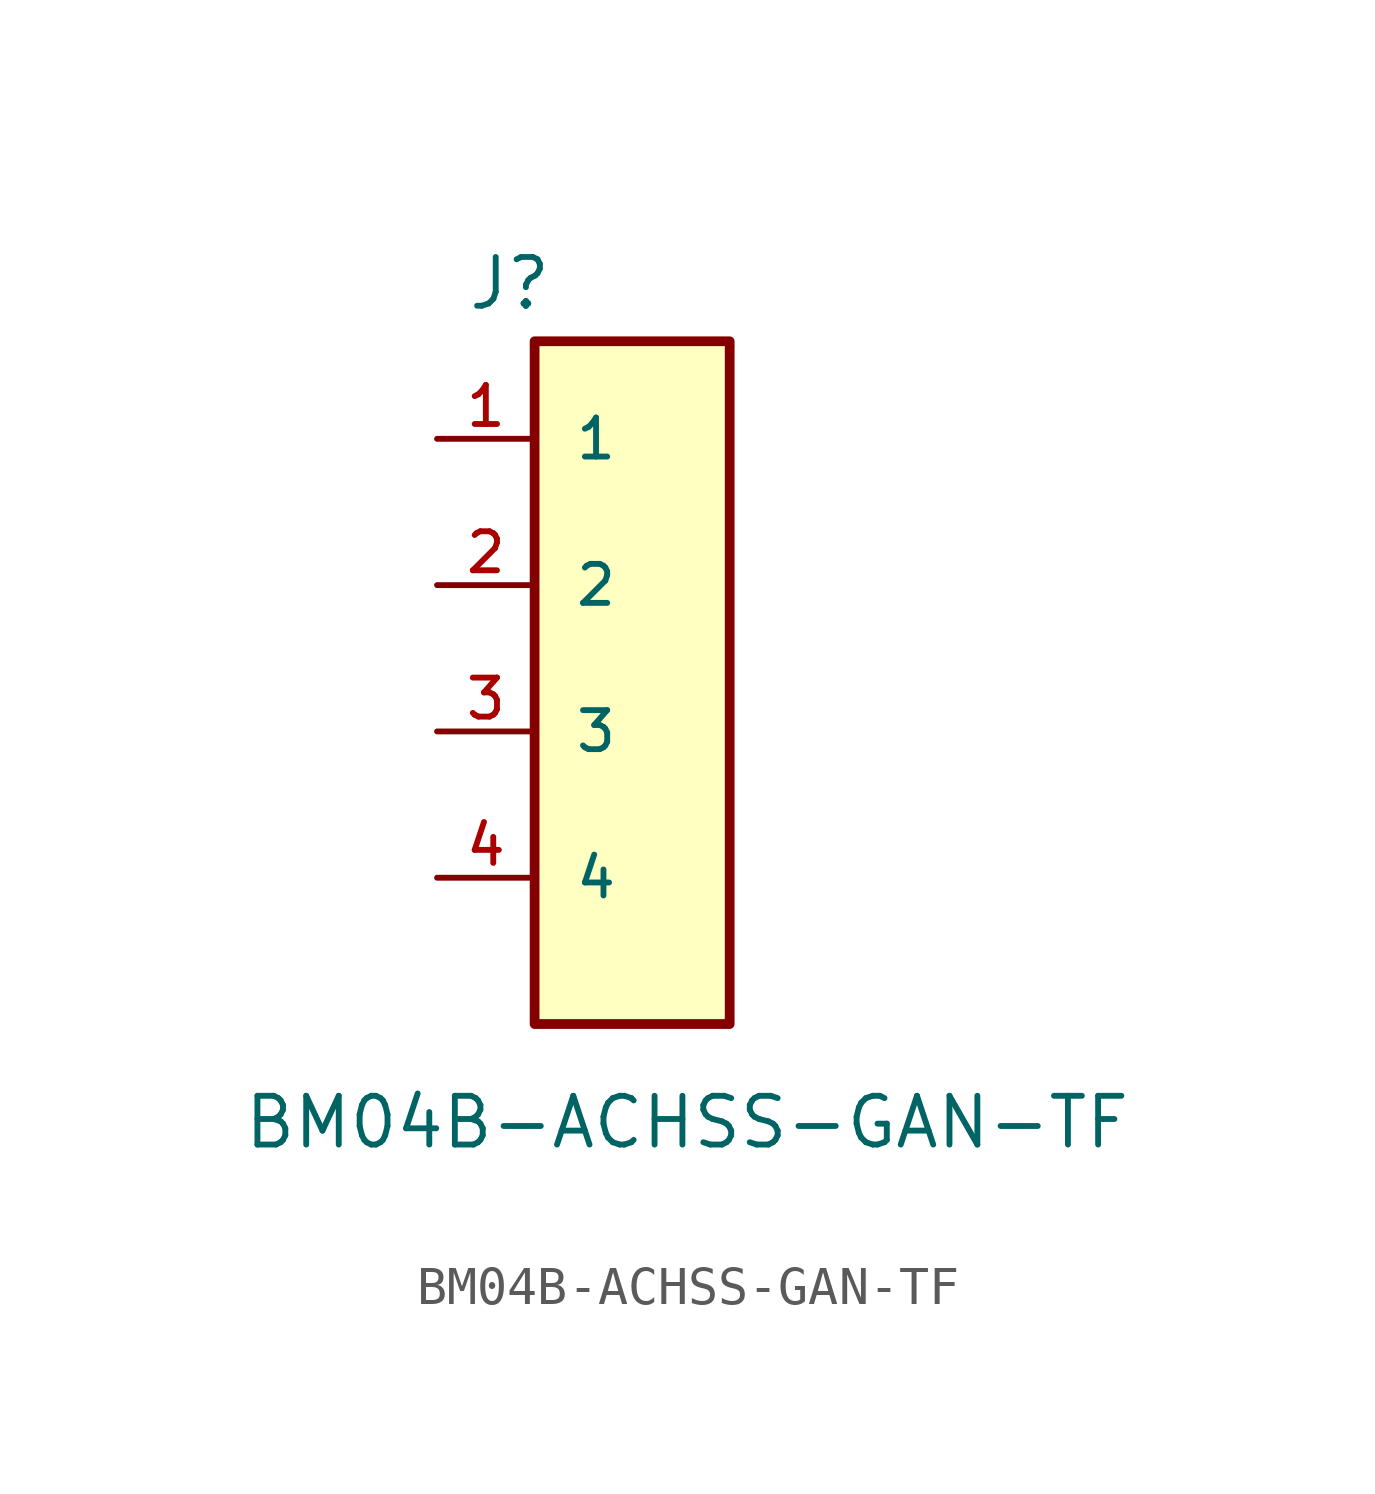
<source format=kicad_sym>
(kicad_symbol_lib
  (version 20231120)
  (generator "kicad_symbol_editor")
  (generator_version "8.0")
  (symbol "BM04B-ACHSS-GAN-TF"
    (pin_names
      (offset 1.016))
    (property "Reference" "J"
      (at -4.318 5.842 0)
      (effects (font (size 1.27 1.27)) (justify left bottom)))
    (property "Value" "BM04B-ACHSS-GAN-TF"
      (at -10.16 -16.002 0)
      (effects (font (size 1.27 1.27)) (justify left bottom)))
    (symbol "BM04B-ACHSS-GAN-TF_0_0"
      (rectangle (start -2.54 5.08) (end 2.54 -12.7) (stroke (width 0.254) (type default)) (fill (type background)))
      (pin passive line (at -5.08 2.54 0) (length 2.54) (name "1" (effects (font (size 1.016 1.016)))) (number "1" (effects (font (size 1.016 1.016)))))
      (pin passive line (at -5.08 -1.27 0) (length 2.54) (name "2" (effects (font (size 1.016 1.016)))) (number "2" (effects (font (size 1.016 1.016))))))
    (symbol "BM04B-ACHSS-GAN-TF_1_0"
      (pin passive line (at -5.08 -5.08 0) (length 2.54) (name "3" (effects (font (size 1.016 1.016)))) (number "3" (effects (font (size 1.016 1.016)))))
      (pin passive line (at -5.08 -8.89 0) (length 2.54) (name "4" (effects (font (size 1.016 1.016)))) (number "4" (effects (font (size 1.016 1.016))))))))
</source>
